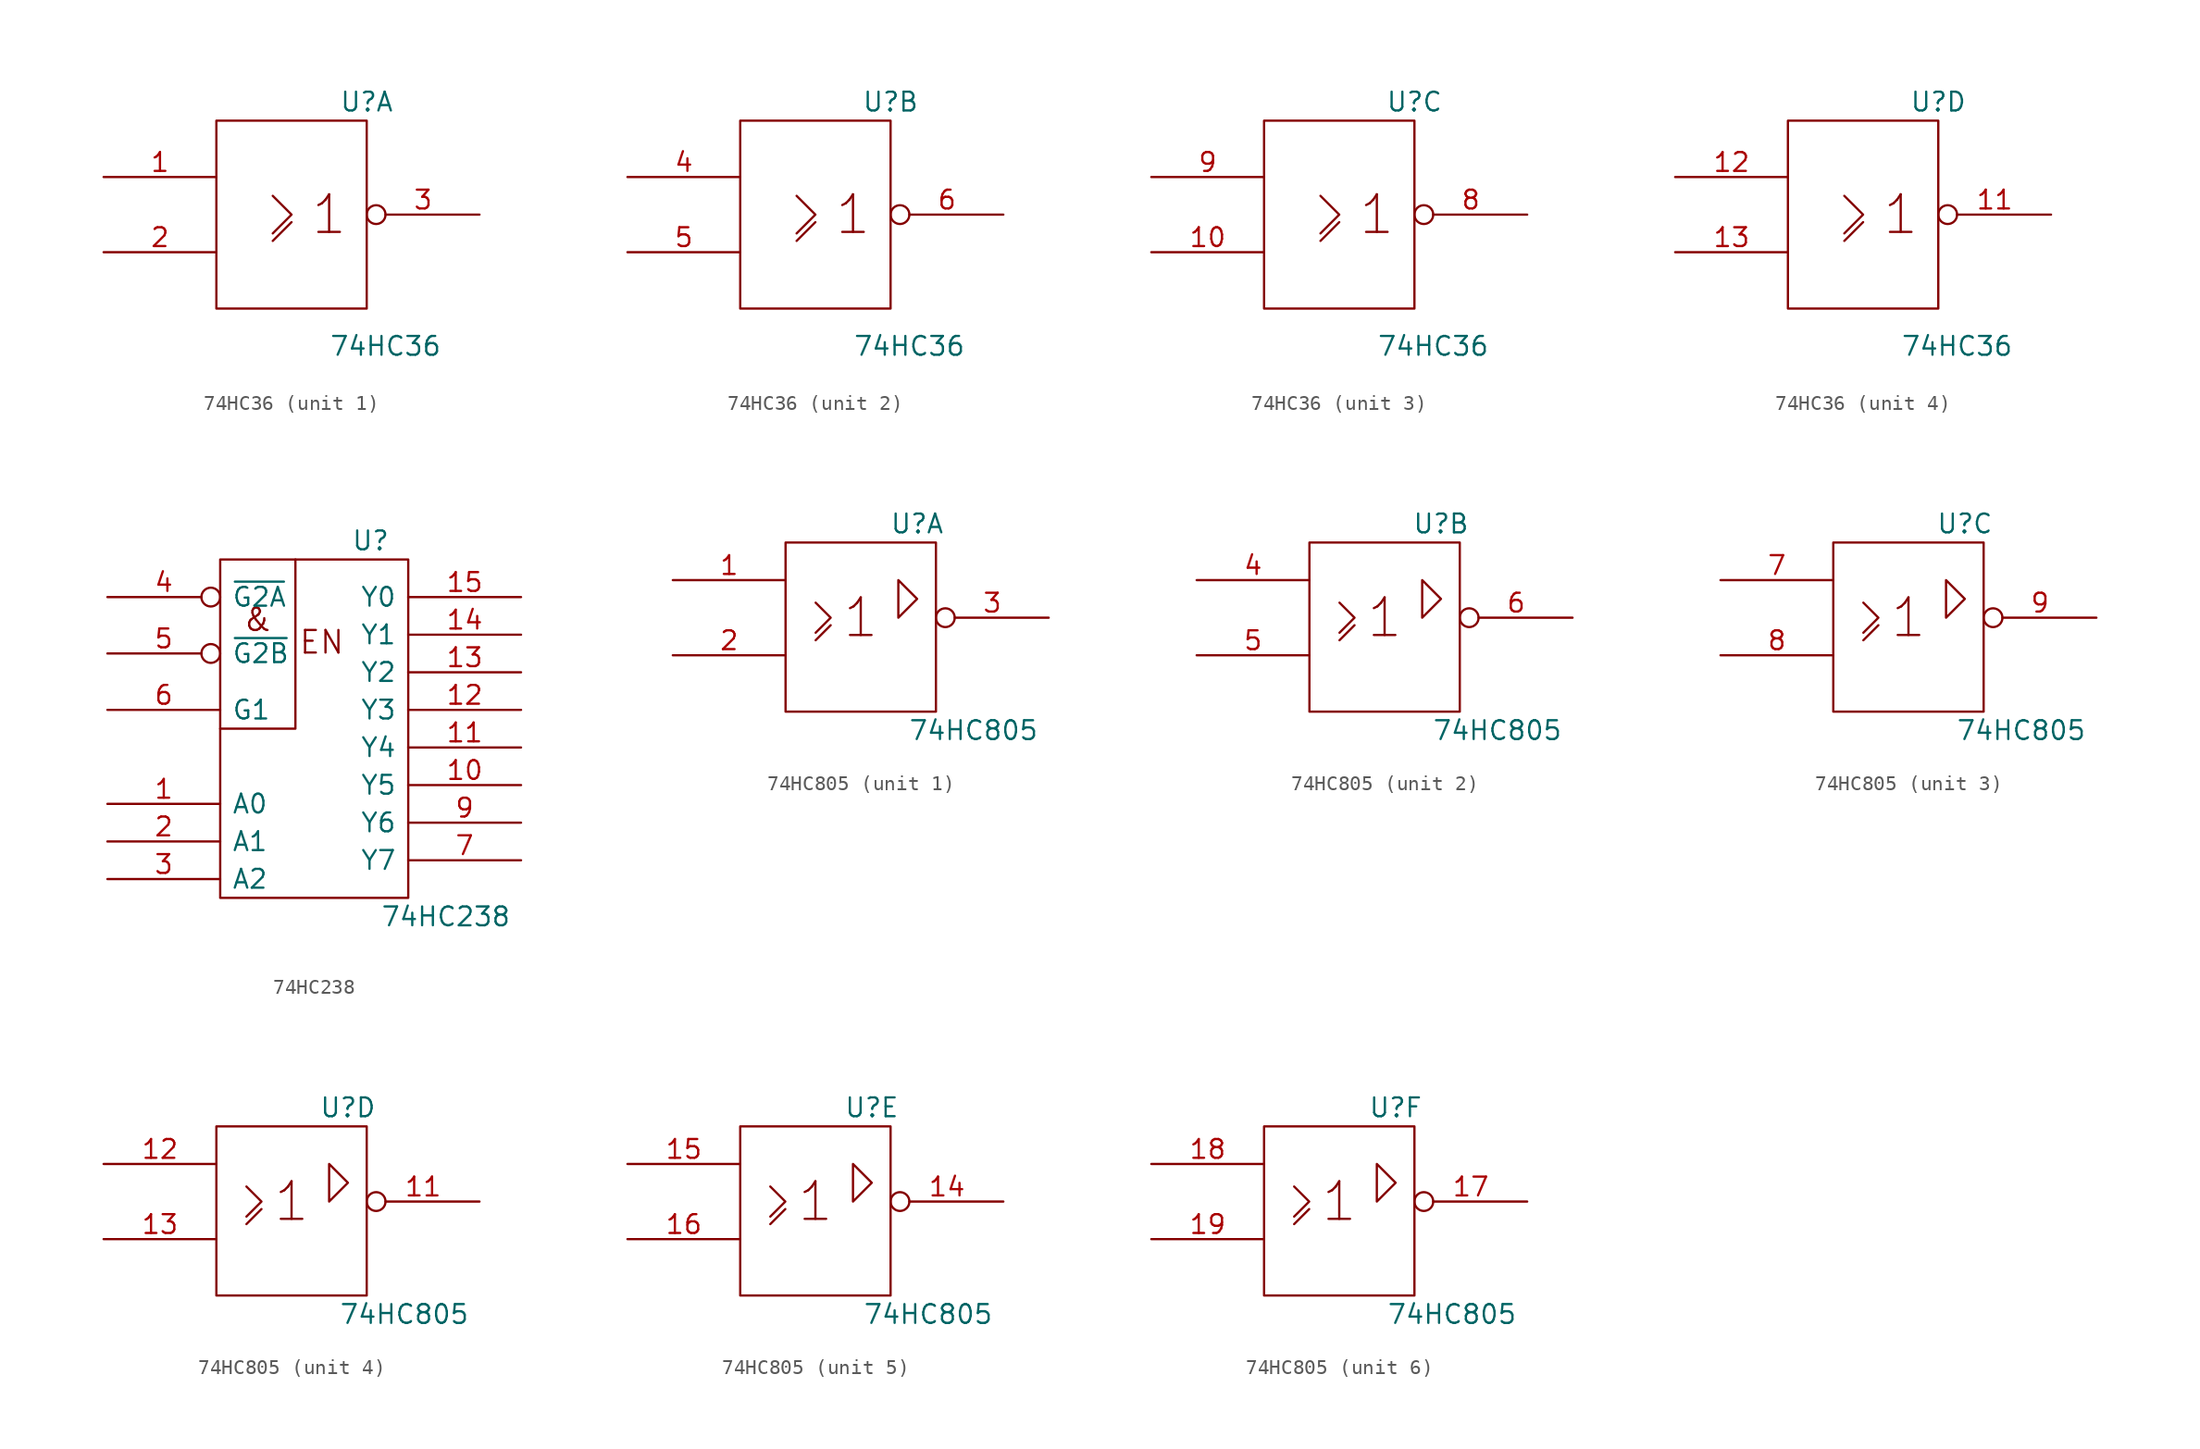
<source format=kicad_sym>
(kicad_symbol_lib
  (version 20201005)
  (generator kicad_symbol_editor)
  (symbol "74xx_IEEE:74HC36"
    (pin_names
      (offset 0.762))
    (property "Reference" "U"
      (at 5.08 7.62 0)
      (effects (font (size 1.27 1.27))))
    (property "Value" "74HC36"
      (at 6.35 -8.89 0)
      (effects (font (size 1.27 1.27))))
    (symbol "74HC36_0_0"
      (text "1" (at 2.54 0 0) (effects (font (size 2.54 2.54))))
      (polyline (pts (xy -1.27 -1.778) (xy 0 -0.508) (xy 0 -0.508)) (stroke (width 0)) (fill (type none)))
      (polyline (pts (xy -1.27 1.27) (xy 0 0) (xy -1.27 -1.27) (xy -1.27 -1.27)) (stroke (width 0)) (fill (type none))))
    (symbol "74HC36_0_1"
      (rectangle (start -5.08 6.35) (end 5.08 -6.35) (stroke (width 0)) (fill (type none)))
      (pin power_in line (at 0 6.35 270) (length 0) hide (name "Vcc" (effects (font (size 1.27 1.27)))) (number "14" (effects (font (size 1.27 1.27)))))
      (pin power_in line (at 0 -6.35 90) (length 0) hide (name "Gnd" (effects (font (size 1.27 1.27)))) (number "7" (effects (font (size 1.27 1.27))))))
    (symbol "74HC36_1_1"
      (pin input line (at -12.7 2.54 0) (length 7.62) (name "~" (effects (font (size 1.27 1.27)))) (number "1" (effects (font (size 1.27 1.27)))))
      (pin input line (at -12.7 -2.54 0) (length 7.62) (name "~" (effects (font (size 1.27 1.27)))) (number "2" (effects (font (size 1.27 1.27)))))
      (pin output inverted (at 12.7 0 180) (length 7.62) (name "~" (effects (font (size 1.27 1.27)))) (number "3" (effects (font (size 1.27 1.27))))))
    (symbol "74HC36_2_1"
      (pin input line (at -12.7 2.54 0) (length 7.62) (name "~" (effects (font (size 1.27 1.27)))) (number "4" (effects (font (size 1.27 1.27)))))
      (pin input line (at -12.7 -2.54 0) (length 7.62) (name "~" (effects (font (size 1.27 1.27)))) (number "5" (effects (font (size 1.27 1.27)))))
      (pin output inverted (at 12.7 0 180) (length 7.62) (name "~" (effects (font (size 1.27 1.27)))) (number "6" (effects (font (size 1.27 1.27))))))
    (symbol "74HC36_3_1"
      (pin input line (at -12.7 -2.54 0) (length 7.62) (name "~" (effects (font (size 1.27 1.27)))) (number "10" (effects (font (size 1.27 1.27)))))
      (pin output inverted (at 12.7 0 180) (length 7.62) (name "~" (effects (font (size 1.27 1.27)))) (number "8" (effects (font (size 1.27 1.27)))))
      (pin input line (at -12.7 2.54 0) (length 7.62) (name "~" (effects (font (size 1.27 1.27)))) (number "9" (effects (font (size 1.27 1.27))))))
    (symbol "74HC36_4_1"
      (pin output inverted (at 12.7 0 180) (length 7.62) (name "~" (effects (font (size 1.27 1.27)))) (number "11" (effects (font (size 1.27 1.27)))))
      (pin input line (at -12.7 2.54 0) (length 7.62) (name "~" (effects (font (size 1.27 1.27)))) (number "12" (effects (font (size 1.27 1.27)))))
      (pin input line (at -12.7 -2.54 0) (length 7.62) (name "~" (effects (font (size 1.27 1.27)))) (number "13" (effects (font (size 1.27 1.27)))))))
  (symbol "74xx_IEEE:74HC238"
    (pin_names
      (offset 0.762))
    (property "Reference" "U"
      (at 3.81 8.89 0)
      (effects (font (size 1.27 1.27))))
    (property "Value" "74HC238"
      (at 8.89 -16.51 0)
      (effects (font (size 1.27 1.27))))
    (symbol "74HC238_0_0"
      (text "&" (at -3.81 3.556 0) (effects (font (size 1.524 1.524))))
      (text "EN" (at 0.508 2.032 0) (effects (font (size 1.524 1.524))))
      (pin power_in line (at 0 7.62 270) (length 0) hide (name "VCC" (effects (font (size 1.27 1.27)))) (number "16" (effects (font (size 1.27 1.27))))))
    (symbol "74HC238_0_1"
      (rectangle (start -6.35 7.62) (end 6.35 -15.24) (stroke (width 0)) (fill (type none)))
      (polyline (pts (xy -1.27 7.62) (xy -1.27 -3.81) (xy -6.35 -3.81) (xy -6.35 -3.81)) (stroke (width 0)) (fill (type none))))
    (symbol "74HC238_1_1"
      (pin input line (at -13.97 -8.89 0) (length 7.62) (name "A0" (effects (font (size 1.27 1.27)))) (number "1" (effects (font (size 1.27 1.27)))))
      (pin output line (at 13.97 -7.62 180) (length 7.62) (name "Y5" (effects (font (size 1.27 1.27)))) (number "10" (effects (font (size 1.27 1.27)))))
      (pin output line (at 13.97 -5.08 180) (length 7.62) (name "Y4" (effects (font (size 1.27 1.27)))) (number "11" (effects (font (size 1.27 1.27)))))
      (pin output line (at 13.97 -2.54 180) (length 7.62) (name "Y3" (effects (font (size 1.27 1.27)))) (number "12" (effects (font (size 1.27 1.27)))))
      (pin output line (at 13.97 0 180) (length 7.62) (name "Y2" (effects (font (size 1.27 1.27)))) (number "13" (effects (font (size 1.27 1.27)))))
      (pin output line (at 13.97 2.54 180) (length 7.62) (name "Y1" (effects (font (size 1.27 1.27)))) (number "14" (effects (font (size 1.27 1.27)))))
      (pin output line (at 13.97 5.08 180) (length 7.62) (name "Y0" (effects (font (size 1.27 1.27)))) (number "15" (effects (font (size 1.27 1.27)))))
      (pin input line (at -13.97 -11.43 0) (length 7.62) (name "A1" (effects (font (size 1.27 1.27)))) (number "2" (effects (font (size 1.27 1.27)))))
      (pin input line (at -13.97 -13.97 0) (length 7.62) (name "A2" (effects (font (size 1.27 1.27)))) (number "3" (effects (font (size 1.27 1.27)))))
      (pin input inverted (at -13.97 5.08 0) (length 7.62) (name "~G2A" (effects (font (size 1.27 1.27)))) (number "4" (effects (font (size 1.27 1.27)))))
      (pin input inverted (at -13.97 1.27 0) (length 7.62) (name "~G2B" (effects (font (size 1.27 1.27)))) (number "5" (effects (font (size 1.27 1.27)))))
      (pin input line (at -13.97 -2.54 0) (length 7.62) (name "G1" (effects (font (size 1.27 1.27)))) (number "6" (effects (font (size 1.27 1.27)))))
      (pin output line (at 13.97 -12.7 180) (length 7.62) (name "Y7" (effects (font (size 1.27 1.27)))) (number "7" (effects (font (size 1.27 1.27)))))
      (pin power_in line (at 0 -15.24 90) (length 0) hide (name "GND" (effects (font (size 1.27 1.27)))) (number "8" (effects (font (size 1.27 1.27)))))
      (pin output line (at 13.97 -10.16 180) (length 7.62) (name "Y6" (effects (font (size 1.27 1.27)))) (number "9" (effects (font (size 1.27 1.27)))))))
  (symbol "74xx_IEEE:74HC805"
    (pin_names
      (offset 0.762))
    (property "Reference" "U"
      (at 3.81 6.35 0)
      (effects (font (size 1.27 1.27))))
    (property "Value" "74HC805"
      (at 7.62 -7.62 0)
      (effects (font (size 1.27 1.27))))
    (symbol "74HC805_0_1"
      (text "1" (at 0 0 0) (effects (font (size 2.54 2.54))))
      (rectangle (start -5.08 5.08) (end 5.08 -6.35) (stroke (width 0)) (fill (type none)))
      (polyline (pts (xy -3.048 -1.524) (xy -2.032 -0.508) (xy -2.032 -0.508)) (stroke (width 0)) (fill (type none)))
      (polyline (pts (xy -3.048 1.016) (xy -2.032 0) (xy -3.048 -1.016) (xy -3.048 -1.016)) (stroke (width 0)) (fill (type none)))
      (polyline (pts (xy 2.54 0) (xy 2.54 2.54) (xy 3.81 1.27) (xy 2.54 0) (xy 2.54 0)) (stroke (width 0)) (fill (type none)))
      (pin power_in line (at 0 -6.35 90) (length 0) hide (name "Gnd" (effects (font (size 1.27 1.27)))) (number "10" (effects (font (size 1.27 1.27)))))
      (pin power_in line (at 0 5.08 270) (length 0) hide (name "Vcc" (effects (font (size 1.27 1.27)))) (number "20" (effects (font (size 1.27 1.27))))))
    (symbol "74HC805_1_1"
      (pin input line (at -12.7 2.54 0) (length 7.62) (name "~" (effects (font (size 1.27 1.27)))) (number "1" (effects (font (size 1.27 1.27)))))
      (pin input line (at -12.7 -2.54 0) (length 7.62) (name "~" (effects (font (size 1.27 1.27)))) (number "2" (effects (font (size 1.27 1.27)))))
      (pin output inverted (at 12.7 0 180) (length 7.62) (name "~" (effects (font (size 1.27 1.27)))) (number "3" (effects (font (size 1.27 1.27))))))
    (symbol "74HC805_2_1"
      (pin input line (at -12.7 2.54 0) (length 7.62) (name "~" (effects (font (size 1.27 1.27)))) (number "4" (effects (font (size 1.27 1.27)))))
      (pin input line (at -12.7 -2.54 0) (length 7.62) (name "~" (effects (font (size 1.27 1.27)))) (number "5" (effects (font (size 1.27 1.27)))))
      (pin output inverted (at 12.7 0 180) (length 7.62) (name "~" (effects (font (size 1.27 1.27)))) (number "6" (effects (font (size 1.27 1.27))))))
    (symbol "74HC805_3_1"
      (pin input line (at -12.7 2.54 0) (length 7.62) (name "~" (effects (font (size 1.27 1.27)))) (number "7" (effects (font (size 1.27 1.27)))))
      (pin input line (at -12.7 -2.54 0) (length 7.62) (name "~" (effects (font (size 1.27 1.27)))) (number "8" (effects (font (size 1.27 1.27)))))
      (pin output inverted (at 12.7 0 180) (length 7.62) (name "~" (effects (font (size 1.27 1.27)))) (number "9" (effects (font (size 1.27 1.27))))))
    (symbol "74HC805_4_1"
      (pin output inverted (at 12.7 0 180) (length 7.62) (name "~" (effects (font (size 1.27 1.27)))) (number "11" (effects (font (size 1.27 1.27)))))
      (pin input line (at -12.7 2.54 0) (length 7.62) (name "~" (effects (font (size 1.27 1.27)))) (number "12" (effects (font (size 1.27 1.27)))))
      (pin input line (at -12.7 -2.54 0) (length 7.62) (name "~" (effects (font (size 1.27 1.27)))) (number "13" (effects (font (size 1.27 1.27))))))
    (symbol "74HC805_5_1"
      (pin output inverted (at 12.7 0 180) (length 7.62) (name "~" (effects (font (size 1.27 1.27)))) (number "14" (effects (font (size 1.27 1.27)))))
      (pin input line (at -12.7 2.54 0) (length 7.62) (name "~" (effects (font (size 1.27 1.27)))) (number "15" (effects (font (size 1.27 1.27)))))
      (pin input line (at -12.7 -2.54 0) (length 7.62) (name "~" (effects (font (size 1.27 1.27)))) (number "16" (effects (font (size 1.27 1.27))))))
    (symbol "74HC805_6_1"
      (pin output inverted (at 12.7 0 180) (length 7.62) (name "~" (effects (font (size 1.27 1.27)))) (number "17" (effects (font (size 1.27 1.27)))))
      (pin input line (at -12.7 2.54 0) (length 7.62) (name "~" (effects (font (size 1.27 1.27)))) (number "18" (effects (font (size 1.27 1.27)))))
      (pin input line (at -12.7 -2.54 0) (length 7.62) (name "~" (effects (font (size 1.27 1.27)))) (number "19" (effects (font (size 1.27 1.27))))))))
</source>
